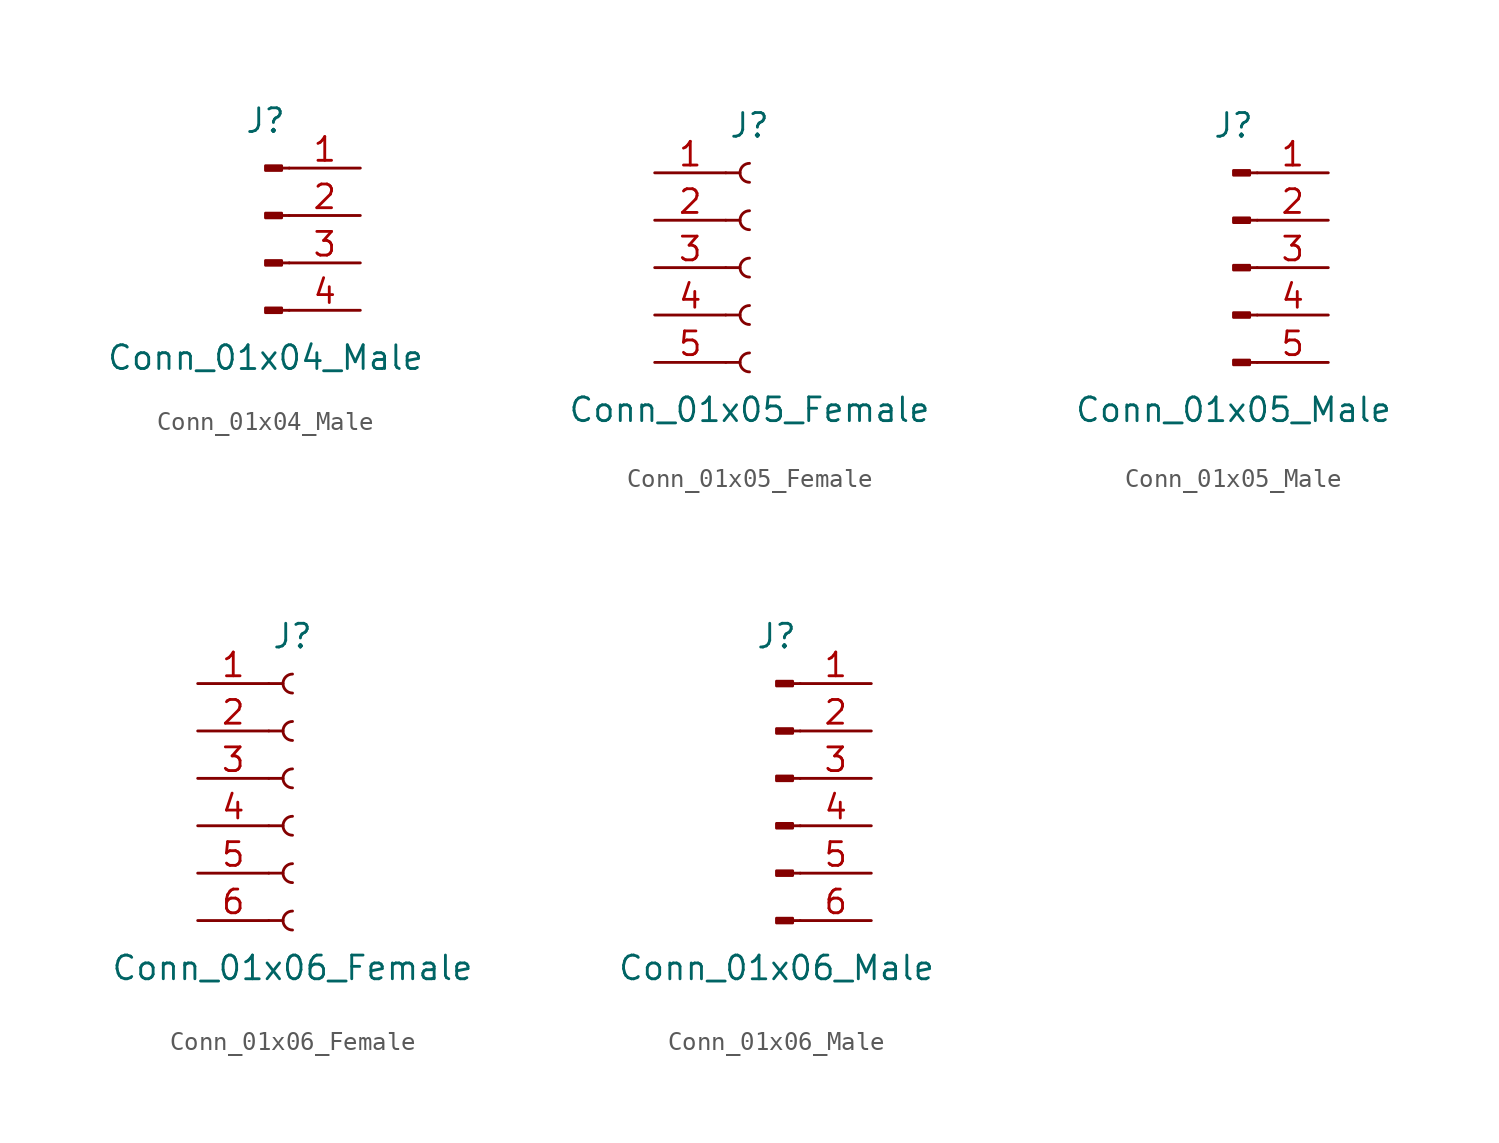
<source format=kicad_sym>
(kicad_symbol_lib
  (version 20201005)
  (generator kicad_symbol_editor)
  (symbol "Connector:Conn_01x04_Male"
    (pin_names
      (offset 1.016) hide)
    (property "Reference" "J"
      (at 0 5.08 0)
      (effects (font (size 1.27 1.27))))
    (property "Value" "Conn_01x04_Male"
      (at 0 -7.62 0)
      (effects (font (size 1.27 1.27))))
    (symbol "Conn_01x04_Male_1_1"
      (rectangle (start 0.864 -4.953) (end 0 -5.207) (stroke (width 0.152)) (fill (type outline)))
      (rectangle (start 0.864 -2.413) (end 0 -2.667) (stroke (width 0.152)) (fill (type outline)))
      (rectangle (start 0.864 0.127) (end 0 -0.127) (stroke (width 0.152)) (fill (type outline)))
      (rectangle (start 0.864 2.667) (end 0 2.413) (stroke (width 0.152)) (fill (type outline)))
      (polyline (pts (xy 1.27 -5.08) (xy 0.864 -5.08)) (stroke (width 0.152)) (fill (type none)))
      (polyline (pts (xy 1.27 -2.54) (xy 0.864 -2.54)) (stroke (width 0.152)) (fill (type none)))
      (polyline (pts (xy 1.27 0) (xy 0.864 0)) (stroke (width 0.152)) (fill (type none)))
      (polyline (pts (xy 1.27 2.54) (xy 0.864 2.54)) (stroke (width 0.152)) (fill (type none)))
      (pin passive line (at 5.08 2.54 180) (length 3.81) (name "Pin_1" (effects (font (size 1.27 1.27)))) (number "1" (effects (font (size 1.27 1.27)))))
      (pin passive line (at 5.08 0 180) (length 3.81) (name "Pin_2" (effects (font (size 1.27 1.27)))) (number "2" (effects (font (size 1.27 1.27)))))
      (pin passive line (at 5.08 -2.54 180) (length 3.81) (name "Pin_3" (effects (font (size 1.27 1.27)))) (number "3" (effects (font (size 1.27 1.27)))))
      (pin passive line (at 5.08 -5.08 180) (length 3.81) (name "Pin_4" (effects (font (size 1.27 1.27)))) (number "4" (effects (font (size 1.27 1.27)))))))
  (symbol "Connector:Conn_01x05_Female"
    (pin_names
      (offset 1.016) hide)
    (property "Reference" "J"
      (at 0 7.62 0)
      (effects (font (size 1.27 1.27))))
    (property "Value" "Conn_01x05_Female"
      (at 0 -7.62 0)
      (effects (font (size 1.27 1.27))))
    (symbol "Conn_01x05_Female_1_1"
      (arc (start 0 -4.572) (end 0 -5.588) (radius (at 0 -5.08) (length 0.508) (angles 90.1 -90.1)) (stroke (width 0.1524)) (fill (type none)))
      (arc (start 0 -2.032) (end 0 -3.048) (radius (at 0 -2.54) (length 0.508) (angles 90.1 -90.1)) (stroke (width 0.1524)) (fill (type none)))
      (arc (start 0 0.508) (end 0 -0.508) (radius (at 0 0) (length 0.508) (angles 90.1 -90.1)) (stroke (width 0.1524)) (fill (type none)))
      (arc (start 0 3.048) (end 0 2.032) (radius (at 0 2.54) (length 0.508) (angles 90.1 -90.1)) (stroke (width 0.1524)) (fill (type none)))
      (arc (start 0 5.588) (end 0 4.572) (radius (at 0 5.08) (length 0.508) (angles 90.1 -90.1)) (stroke (width 0.1524)) (fill (type none)))
      (polyline (pts (xy -1.27 -5.08) (xy -0.508 -5.08)) (stroke (width 0.152)) (fill (type none)))
      (polyline (pts (xy -1.27 -2.54) (xy -0.508 -2.54)) (stroke (width 0.152)) (fill (type none)))
      (polyline (pts (xy -1.27 0) (xy -0.508 0)) (stroke (width 0.152)) (fill (type none)))
      (polyline (pts (xy -1.27 2.54) (xy -0.508 2.54)) (stroke (width 0.152)) (fill (type none)))
      (polyline (pts (xy -1.27 5.08) (xy -0.508 5.08)) (stroke (width 0.152)) (fill (type none)))
      (pin passive line (at -5.08 5.08 0) (length 3.81) (name "Pin_1" (effects (font (size 1.27 1.27)))) (number "1" (effects (font (size 1.27 1.27)))))
      (pin passive line (at -5.08 2.54 0) (length 3.81) (name "Pin_2" (effects (font (size 1.27 1.27)))) (number "2" (effects (font (size 1.27 1.27)))))
      (pin passive line (at -5.08 0 0) (length 3.81) (name "Pin_3" (effects (font (size 1.27 1.27)))) (number "3" (effects (font (size 1.27 1.27)))))
      (pin passive line (at -5.08 -2.54 0) (length 3.81) (name "Pin_4" (effects (font (size 1.27 1.27)))) (number "4" (effects (font (size 1.27 1.27)))))
      (pin passive line (at -5.08 -5.08 0) (length 3.81) (name "Pin_5" (effects (font (size 1.27 1.27)))) (number "5" (effects (font (size 1.27 1.27)))))))
  (symbol "Connector:Conn_01x05_Male"
    (pin_names
      (offset 1.016) hide)
    (property "Reference" "J"
      (at 0 7.62 0)
      (effects (font (size 1.27 1.27))))
    (property "Value" "Conn_01x05_Male"
      (at 0 -7.62 0)
      (effects (font (size 1.27 1.27))))
    (symbol "Conn_01x05_Male_1_1"
      (rectangle (start 0.864 -4.953) (end 0 -5.207) (stroke (width 0.152)) (fill (type outline)))
      (rectangle (start 0.864 -2.413) (end 0 -2.667) (stroke (width 0.152)) (fill (type outline)))
      (rectangle (start 0.864 0.127) (end 0 -0.127) (stroke (width 0.152)) (fill (type outline)))
      (rectangle (start 0.864 2.667) (end 0 2.413) (stroke (width 0.152)) (fill (type outline)))
      (rectangle (start 0.864 5.207) (end 0 4.953) (stroke (width 0.152)) (fill (type outline)))
      (polyline (pts (xy 1.27 -5.08) (xy 0.864 -5.08)) (stroke (width 0.152)) (fill (type none)))
      (polyline (pts (xy 1.27 -2.54) (xy 0.864 -2.54)) (stroke (width 0.152)) (fill (type none)))
      (polyline (pts (xy 1.27 0) (xy 0.864 0)) (stroke (width 0.152)) (fill (type none)))
      (polyline (pts (xy 1.27 2.54) (xy 0.864 2.54)) (stroke (width 0.152)) (fill (type none)))
      (polyline (pts (xy 1.27 5.08) (xy 0.864 5.08)) (stroke (width 0.152)) (fill (type none)))
      (pin passive line (at 5.08 5.08 180) (length 3.81) (name "Pin_1" (effects (font (size 1.27 1.27)))) (number "1" (effects (font (size 1.27 1.27)))))
      (pin passive line (at 5.08 2.54 180) (length 3.81) (name "Pin_2" (effects (font (size 1.27 1.27)))) (number "2" (effects (font (size 1.27 1.27)))))
      (pin passive line (at 5.08 0 180) (length 3.81) (name "Pin_3" (effects (font (size 1.27 1.27)))) (number "3" (effects (font (size 1.27 1.27)))))
      (pin passive line (at 5.08 -2.54 180) (length 3.81) (name "Pin_4" (effects (font (size 1.27 1.27)))) (number "4" (effects (font (size 1.27 1.27)))))
      (pin passive line (at 5.08 -5.08 180) (length 3.81) (name "Pin_5" (effects (font (size 1.27 1.27)))) (number "5" (effects (font (size 1.27 1.27)))))))
  (symbol "Connector:Conn_01x06_Female"
    (pin_names
      (offset 1.016) hide)
    (property "Reference" "J"
      (at 0 7.62 0)
      (effects (font (size 1.27 1.27))))
    (property "Value" "Conn_01x06_Female"
      (at 0 -10.16 0)
      (effects (font (size 1.27 1.27))))
    (symbol "Conn_01x06_Female_1_1"
      (arc (start 0 -7.112) (end 0 -8.128) (radius (at 0 -7.62) (length 0.508) (angles 90.1 -90.1)) (stroke (width 0.1524)) (fill (type none)))
      (arc (start 0 -4.572) (end 0 -5.588) (radius (at 0 -5.08) (length 0.508) (angles 90.1 -90.1)) (stroke (width 0.1524)) (fill (type none)))
      (arc (start 0 -2.032) (end 0 -3.048) (radius (at 0 -2.54) (length 0.508) (angles 90.1 -90.1)) (stroke (width 0.1524)) (fill (type none)))
      (arc (start 0 0.508) (end 0 -0.508) (radius (at 0 0) (length 0.508) (angles 90.1 -90.1)) (stroke (width 0.1524)) (fill (type none)))
      (arc (start 0 3.048) (end 0 2.032) (radius (at 0 2.54) (length 0.508) (angles 90.1 -90.1)) (stroke (width 0.1524)) (fill (type none)))
      (arc (start 0 5.588) (end 0 4.572) (radius (at 0 5.08) (length 0.508) (angles 90.1 -90.1)) (stroke (width 0.1524)) (fill (type none)))
      (polyline (pts (xy -1.27 -7.62) (xy -0.508 -7.62)) (stroke (width 0.152)) (fill (type none)))
      (polyline (pts (xy -1.27 -5.08) (xy -0.508 -5.08)) (stroke (width 0.152)) (fill (type none)))
      (polyline (pts (xy -1.27 -2.54) (xy -0.508 -2.54)) (stroke (width 0.152)) (fill (type none)))
      (polyline (pts (xy -1.27 0) (xy -0.508 0)) (stroke (width 0.152)) (fill (type none)))
      (polyline (pts (xy -1.27 2.54) (xy -0.508 2.54)) (stroke (width 0.152)) (fill (type none)))
      (polyline (pts (xy -1.27 5.08) (xy -0.508 5.08)) (stroke (width 0.152)) (fill (type none)))
      (pin passive line (at -5.08 5.08 0) (length 3.81) (name "Pin_1" (effects (font (size 1.27 1.27)))) (number "1" (effects (font (size 1.27 1.27)))))
      (pin passive line (at -5.08 2.54 0) (length 3.81) (name "Pin_2" (effects (font (size 1.27 1.27)))) (number "2" (effects (font (size 1.27 1.27)))))
      (pin passive line (at -5.08 0 0) (length 3.81) (name "Pin_3" (effects (font (size 1.27 1.27)))) (number "3" (effects (font (size 1.27 1.27)))))
      (pin passive line (at -5.08 -2.54 0) (length 3.81) (name "Pin_4" (effects (font (size 1.27 1.27)))) (number "4" (effects (font (size 1.27 1.27)))))
      (pin passive line (at -5.08 -5.08 0) (length 3.81) (name "Pin_5" (effects (font (size 1.27 1.27)))) (number "5" (effects (font (size 1.27 1.27)))))
      (pin passive line (at -5.08 -7.62 0) (length 3.81) (name "Pin_6" (effects (font (size 1.27 1.27)))) (number "6" (effects (font (size 1.27 1.27)))))))
  (symbol "Connector:Conn_01x06_Male"
    (pin_names
      (offset 1.016) hide)
    (property "Reference" "J"
      (at 0 7.62 0)
      (effects (font (size 1.27 1.27))))
    (property "Value" "Conn_01x06_Male"
      (at 0 -10.16 0)
      (effects (font (size 1.27 1.27))))
    (symbol "Conn_01x06_Male_1_1"
      (rectangle (start 0.864 -7.493) (end 0 -7.747) (stroke (width 0.152)) (fill (type outline)))
      (rectangle (start 0.864 -4.953) (end 0 -5.207) (stroke (width 0.152)) (fill (type outline)))
      (rectangle (start 0.864 -2.413) (end 0 -2.667) (stroke (width 0.152)) (fill (type outline)))
      (rectangle (start 0.864 0.127) (end 0 -0.127) (stroke (width 0.152)) (fill (type outline)))
      (rectangle (start 0.864 2.667) (end 0 2.413) (stroke (width 0.152)) (fill (type outline)))
      (rectangle (start 0.864 5.207) (end 0 4.953) (stroke (width 0.152)) (fill (type outline)))
      (polyline (pts (xy 1.27 -7.62) (xy 0.864 -7.62)) (stroke (width 0.152)) (fill (type none)))
      (polyline (pts (xy 1.27 -5.08) (xy 0.864 -5.08)) (stroke (width 0.152)) (fill (type none)))
      (polyline (pts (xy 1.27 -2.54) (xy 0.864 -2.54)) (stroke (width 0.152)) (fill (type none)))
      (polyline (pts (xy 1.27 0) (xy 0.864 0)) (stroke (width 0.152)) (fill (type none)))
      (polyline (pts (xy 1.27 2.54) (xy 0.864 2.54)) (stroke (width 0.152)) (fill (type none)))
      (polyline (pts (xy 1.27 5.08) (xy 0.864 5.08)) (stroke (width 0.152)) (fill (type none)))
      (pin passive line (at 5.08 5.08 180) (length 3.81) (name "Pin_1" (effects (font (size 1.27 1.27)))) (number "1" (effects (font (size 1.27 1.27)))))
      (pin passive line (at 5.08 2.54 180) (length 3.81) (name "Pin_2" (effects (font (size 1.27 1.27)))) (number "2" (effects (font (size 1.27 1.27)))))
      (pin passive line (at 5.08 0 180) (length 3.81) (name "Pin_3" (effects (font (size 1.27 1.27)))) (number "3" (effects (font (size 1.27 1.27)))))
      (pin passive line (at 5.08 -2.54 180) (length 3.81) (name "Pin_4" (effects (font (size 1.27 1.27)))) (number "4" (effects (font (size 1.27 1.27)))))
      (pin passive line (at 5.08 -5.08 180) (length 3.81) (name "Pin_5" (effects (font (size 1.27 1.27)))) (number "5" (effects (font (size 1.27 1.27)))))
      (pin passive line (at 5.08 -7.62 180) (length 3.81) (name "Pin_6" (effects (font (size 1.27 1.27)))) (number "6" (effects (font (size 1.27 1.27))))))))
</source>
